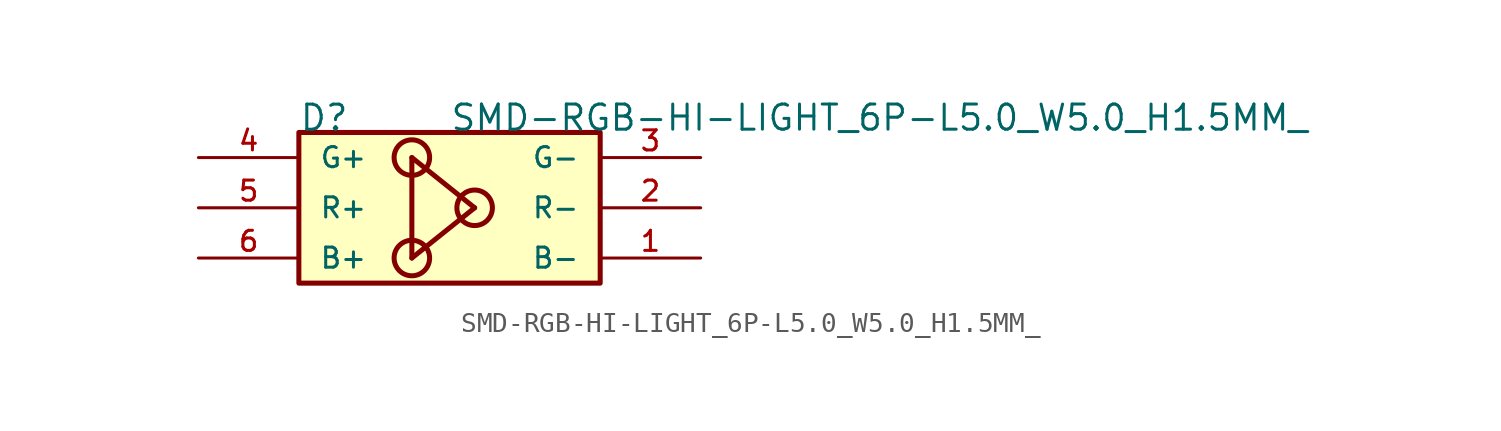
<source format=kicad_sym>
(kicad_symbol_lib
  (version 20211014)
  (generator kicad_symbol_editor)
  (symbol "SMD-RGB-HI-LIGHT_6P-L5.0_W5.0_H1.5MM_"
    (pin_names
      (offset 1.016))
    (property "Reference" "D"
      (at -7.62 3.81 0)
      (effects (font (size 1.27 1.27)) (justify bottom left)))
    (property "Value" "SMD-RGB-HI-LIGHT_6P-L5.0_W5.0_H1.5MM_"
      (at 0.0 3.814 0)
      (effects (font (size 1.27 1.27)) (justify bottom left)))
    (symbol "SMD-RGB-HI-LIGHT_6P-L5.0_W5.0_H1.5MM__0_0"
      (polyline (pts (xy -1.905 2.54) (xy 1.27 0.0)) (stroke (width 0.254)))
      (polyline (pts (xy 1.27 0.0) (xy -1.905 -2.54)) (stroke (width 0.254)))
      (polyline (pts (xy -1.905 -2.54) (xy -1.905 2.54)) (stroke (width 0.254)))
      (circle (center -1.905 2.54) (radius 0.898) (stroke (width 0.254)) (fill (type none)))
      (circle (center -1.905 -2.54) (radius 0.898) (stroke (width 0.254)) (fill (type none)))
      (circle (center 1.27 0.0) (radius 0.898) (stroke (width 0.254)) (fill (type none)))
      (rectangle (start -7.62 -3.81) (end 7.62 3.81) (stroke (width 0.254)) (fill (type background)))
      (pin bidirectional line (at -12.7 0.0 0) (length 5.08) (name "R+" (effects (font (size 1.016 1.016)))) (number "5" (effects (font (size 1.016 1.016)))))
      (pin bidirectional line (at 12.7 0.0 180.0) (length 5.08) (name "R-" (effects (font (size 1.016 1.016)))) (number "2" (effects (font (size 1.016 1.016)))))
      (pin bidirectional line (at -12.7 2.54 0) (length 5.08) (name "G+" (effects (font (size 1.016 1.016)))) (number "4" (effects (font (size 1.016 1.016)))))
      (pin bidirectional line (at 12.7 2.54 180.0) (length 5.08) (name "G-" (effects (font (size 1.016 1.016)))) (number "3" (effects (font (size 1.016 1.016)))))
      (pin bidirectional line (at 12.7 -2.54 180.0) (length 5.08) (name "B-" (effects (font (size 1.016 1.016)))) (number "1" (effects (font (size 1.016 1.016)))))
      (pin bidirectional line (at -12.7 -2.54 0) (length 5.08) (name "B+" (effects (font (size 1.016 1.016)))) (number "6" (effects (font (size 1.016 1.016))))))))
</source>
